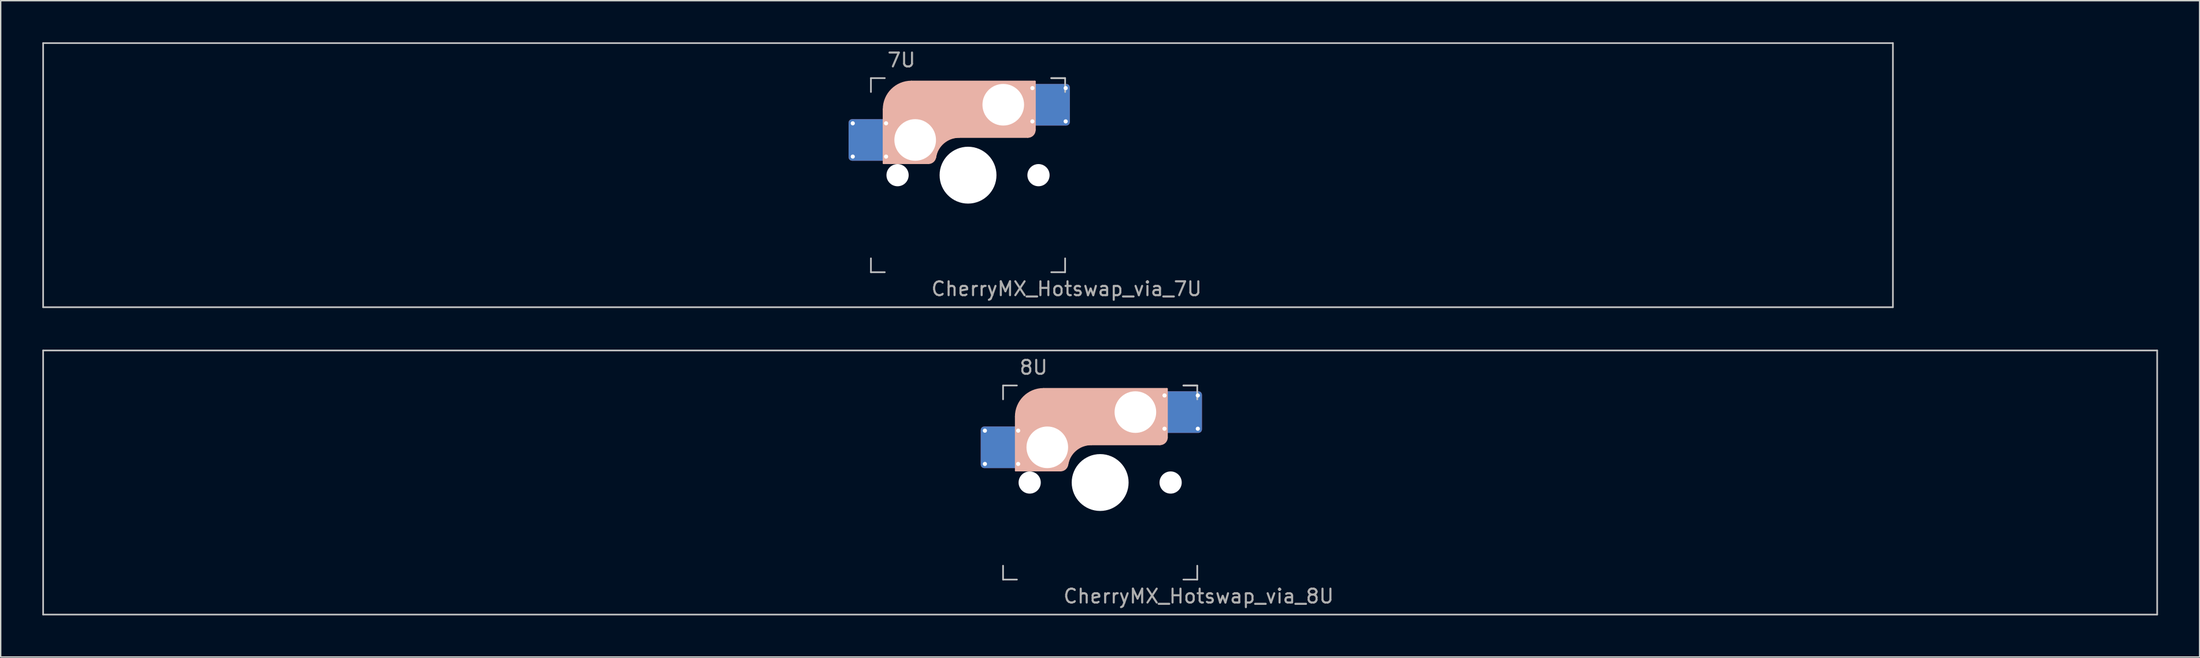
<source format=kicad_pcb>
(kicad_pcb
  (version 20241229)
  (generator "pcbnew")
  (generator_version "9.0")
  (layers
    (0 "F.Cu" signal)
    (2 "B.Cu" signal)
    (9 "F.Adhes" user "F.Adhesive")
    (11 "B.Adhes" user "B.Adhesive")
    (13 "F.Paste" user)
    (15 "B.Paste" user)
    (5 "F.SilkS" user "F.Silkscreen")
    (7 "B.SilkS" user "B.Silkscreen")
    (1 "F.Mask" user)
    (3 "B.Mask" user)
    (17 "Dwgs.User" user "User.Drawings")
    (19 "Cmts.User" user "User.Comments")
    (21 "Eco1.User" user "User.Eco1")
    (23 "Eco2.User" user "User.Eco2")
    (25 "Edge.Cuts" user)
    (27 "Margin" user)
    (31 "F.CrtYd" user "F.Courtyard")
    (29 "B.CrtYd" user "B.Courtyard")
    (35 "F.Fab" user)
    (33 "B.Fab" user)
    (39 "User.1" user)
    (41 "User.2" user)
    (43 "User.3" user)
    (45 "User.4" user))
  (footprint "CherryMX_Hotswap_via_8U"
    (layer "F.Cu")
    (at 76.26 31.755)
    (property "Reference" "CherryMX_Hotswap_via_8U" (at 7.1 8.2 0) (layer "F.Fab") (effects (font (size 1 1) (thickness 0.15))))
    (attr through_hole)
    (fp_line (start -8.11 -1.74) (end -8.11 -3.34) (stroke (width 0.12) (type solid)) (layer "B.Mask"))
    (fp_line (start -7.91 -3.54) (end -6.31 -3.54) (stroke (width 0.12) (type solid)) (layer "B.Mask"))
    (fp_line (start -6.31 -1.54) (end -7.91 -1.54) (stroke (width 0.12) (type solid)) (layer "B.Mask"))
    (fp_line (start -6.11 -3.34) (end -6.11 -1.74) (stroke (width 0.12) (type solid)) (layer "B.Mask"))
    (fp_line (start 4.84 -5.88) (end 4.84 -4.28) (stroke (width 0.12) (type solid)) (layer "B.Mask"))
    (fp_line (start 5.04 -6.08) (end 6.64 -6.08) (stroke (width 0.12) (type solid)) (layer "B.Mask"))
    (fp_line (start 5.04 -4.08) (end 6.64 -4.08) (stroke (width 0.12) (type solid)) (layer "B.Mask"))
    (fp_line (start 6.84 -4.28) (end 6.84 -5.88) (stroke (width 0.12) (type solid)) (layer "B.Mask"))
    (fp_arc (start -8.11 -3.34) (mid -8.051421 -3.481421) (end -7.91 -3.54) (stroke (width 0.12) (type solid)) (layer "B.Mask"))
    (fp_arc (start -7.91 -1.54) (mid -8.051421 -1.598579) (end -8.11 -1.74) (stroke (width 0.12) (type solid)) (layer "B.Mask"))
    (fp_arc (start -6.31 -3.54) (mid -6.168579 -3.481421) (end -6.11 -3.34) (stroke (width 0.12) (type solid)) (layer "B.Mask"))
    (fp_arc (start -6.11 -1.74) (mid -6.168579 -1.598579) (end -6.31 -1.54) (stroke (width 0.12) (type solid)) (layer "B.Mask"))
    (fp_arc (start 4.84 -5.88) (mid 4.898579 -6.021421) (end 5.04 -6.08) (stroke (width 0.12) (type solid)) (layer "B.Mask"))
    (fp_arc (start 5.04 -4.08) (mid 4.898579 -4.138579) (end 4.84 -4.28) (stroke (width 0.12) (type solid)) (layer "B.Mask"))
    (fp_arc (start 6.64 -6.08) (mid 6.781421 -6.021421) (end 6.84 -5.88) (stroke (width 0.12) (type solid)) (layer "B.Mask"))
    (fp_arc (start 6.84 -4.28) (mid 6.781421 -4.138579) (end 6.64 -4.08) (stroke (width 0.12) (type solid)) (layer "B.Mask"))
    (fp_poly (pts (xy -6.11 -3.34) (xy -6.11 -1.74) (xy -6.31 -1.54) (xy -7.91 -1.54) (xy -8.11 -1.74) (xy -8.11 -3.34) (xy -7.91 -3.54) (xy -6.31 -3.54)) (stroke (width 0.1) (type solid)) (fill yes) (layer "B.Mask"))
    (fp_poly (pts (xy 6.84 -5.88) (xy 6.84 -4.28) (xy 6.64 -4.08) (xy 5.04 -4.08) (xy 4.84 -4.28) (xy 4.84 -5.88) (xy 5.04 -6.08) (xy 6.64 -6.08)) (stroke (width 0.1) (type solid)) (fill yes) (layer "B.Mask"))
    (fp_line (start -6.085 -0.865) (end -6.085 -4.755) (stroke (width 0.12) (type solid)) (layer "B.SilkS"))
    (fp_line (start -4.085 -6.755) (end 4.815 -6.755) (stroke (width 0.12) (type solid)) (layer "B.SilkS"))
    (fp_line (start -2.852 -0.865) (end -6.085 -0.865) (stroke (width 0.12) (type solid)) (layer "B.SilkS"))
    (fp_line (start -0.635 -2.755) (end 4.315 -2.755) (stroke (width 0.12) (type solid)) (layer "B.SilkS"))
    (fp_line (start 4.815 -6.755) (end 4.815 -3.255) (stroke (width 0.12) (type solid)) (layer "B.SilkS"))
    (fp_arc (start -6.085 -4.755) (mid -5.499214 -6.169214) (end -4.085 -6.755) (stroke (width 0.12) (type solid)) (layer "B.SilkS"))
    (fp_arc (start -2.360959 -1.278326) (mid -1.770727 -2.335454) (end -0.635 -2.755) (stroke (width 0.12) (type solid)) (layer "B.SilkS"))
    (fp_arc (start -2.36 -1.278176) (mid -2.53101 -0.981978) (end -2.852404 -0.865) (stroke (width 0.12) (type solid)) (layer "B.SilkS"))
    (fp_arc (start 4.815 -3.255) (mid 4.668553 -2.901447) (end 4.315 -2.755) (stroke (width 0.12) (type solid)) (layer "B.SilkS"))
    (fp_poly (pts (xy 4.815 -3.255) (xy 4.633 -2.937) (xy 4.315 -2.755) (xy -0.635 -2.755) (xy -1.259 -2.696) (xy -1.805 -2.376) (xy -2.207 -1.885) (xy -2.361 -1.278) (xy -2.563 -1.02) (xy -2.852 -0.865) (xy -6.085 -0.865) (xy -6.085 -4.755) (xy -5.887 -5.501) (xy -5.464 -6.134) (xy -4.831 -6.557) (xy -4.085 -6.755) (xy 4.815 -6.755)) (stroke (width 0.1) (type solid)) (fill yes) (layer "B.SilkS"))
    (fp_line (start -8.11 -1.74) (end -8.11 -3.34) (stroke (width 0.12) (type solid)) (layer "B.Paste"))
    (fp_line (start -7.91 -3.54) (end -6.31 -3.54) (stroke (width 0.12) (type solid)) (layer "B.Paste"))
    (fp_line (start -6.31 -1.54) (end -7.91 -1.54) (stroke (width 0.12) (type solid)) (layer "B.Paste"))
    (fp_line (start -6.11 -3.34) (end -6.11 -1.74) (stroke (width 0.12) (type solid)) (layer "B.Paste"))
    (fp_line (start 4.84 -5.88) (end 4.84 -4.28) (stroke (width 0.12) (type solid)) (layer "B.Paste"))
    (fp_line (start 5.04 -6.08) (end 6.64 -6.08) (stroke (width 0.12) (type solid)) (layer "B.Paste"))
    (fp_line (start 5.04 -4.08) (end 6.64 -4.08) (stroke (width 0.12) (type solid)) (layer "B.Paste"))
    (fp_line (start 6.84 -4.28) (end 6.84 -5.88) (stroke (width 0.12) (type solid)) (layer "B.Paste"))
    (fp_arc (start -8.11 -3.34) (mid -8.051421 -3.481421) (end -7.91 -3.54) (stroke (width 0.12) (type solid)) (layer "B.Paste"))
    (fp_arc (start -7.91 -1.54) (mid -8.051421 -1.598579) (end -8.11 -1.74) (stroke (width 0.12) (type solid)) (layer "B.Paste"))
    (fp_arc (start -6.31 -3.54) (mid -6.168579 -3.481421) (end -6.11 -3.34) (stroke (width 0.12) (type solid)) (layer "B.Paste"))
    (fp_arc (start -6.11 -1.74) (mid -6.168579 -1.598579) (end -6.31 -1.54) (stroke (width 0.12) (type solid)) (layer "B.Paste"))
    (fp_arc (start 4.84 -5.88) (mid 4.898579 -6.021421) (end 5.04 -6.08) (stroke (width 0.12) (type solid)) (layer "B.Paste"))
    (fp_arc (start 5.04 -4.08) (mid 4.898579 -4.138579) (end 4.84 -4.28) (stroke (width 0.12) (type solid)) (layer "B.Paste"))
    (fp_arc (start 6.64 -6.08) (mid 6.781421 -6.021421) (end 6.84 -5.88) (stroke (width 0.12) (type solid)) (layer "B.Paste"))
    (fp_arc (start 6.84 -4.28) (mid 6.781421 -4.138579) (end 6.64 -4.08) (stroke (width 0.12) (type solid)) (layer "B.Paste"))
    (fp_poly (pts (xy -6.11 -3.34) (xy -6.11 -1.74) (xy -6.31 -1.54) (xy -7.91 -1.54) (xy -8.11 -1.74) (xy -8.11 -3.34) (xy -7.91 -3.54) (xy -6.31 -3.54)) (stroke (width 0.1) (type solid)) (fill yes) (layer "B.Paste"))
    (fp_poly (pts (xy 6.84 -5.88) (xy 6.84 -4.28) (xy 6.64 -4.08) (xy 5.04 -4.08) (xy 4.84 -4.28) (xy 4.84 -5.88) (xy 5.04 -6.08) (xy 6.64 -6.08)) (stroke (width 0.1) (type solid)) (fill yes) (layer "B.Paste"))
    (fp_line (start -76.2 -9.525) (end 76.2 -9.525) (stroke (width 0.12) (type solid)) (layer "Dwgs.User"))
    (fp_line (start -76.2 9.525) (end -76.2 -9.525) (stroke (width 0.12) (type solid)) (layer "Dwgs.User"))
    (fp_line (start -7 -7) (end -7 -6) (stroke (width 0.12) (type solid)) (layer "Dwgs.User"))
    (fp_line (start -7 -7) (end -6 -7) (stroke (width 0.12) (type solid)) (layer "Dwgs.User"))
    (fp_line (start -7 7) (end -7 6) (stroke (width 0.12) (type solid)) (layer "Dwgs.User"))
    (fp_line (start -7 7) (end -6 7) (stroke (width 0.12) (type solid)) (layer "Dwgs.User"))
    (fp_line (start 6 -7) (end 7 -7) (stroke (width 0.12) (type solid)) (layer "Dwgs.User"))
    (fp_line (start 7 -7) (end 6 -7) (stroke (width 0.12) (type solid)) (layer "Dwgs.User"))
    (fp_line (start 7 -7) (end 7 -6) (stroke (width 0.12) (type solid)) (layer "Dwgs.User"))
    (fp_line (start 7 7) (end 6 7) (stroke (width 0.12) (type solid)) (layer "Dwgs.User"))
    (fp_line (start 7 7) (end 7 6) (stroke (width 0.12) (type solid)) (layer "Dwgs.User"))
    (fp_line (start 76.2 -9.525) (end 76.2 9.525) (stroke (width 0.12) (type solid)) (layer "Dwgs.User"))
    (fp_line (start 76.2 9.525) (end -76.2 9.525) (stroke (width 0.12) (type solid)) (layer "Dwgs.User"))
    (fp_text user "8U" (at -4.8 -8.3 0) (layer "F.Fab") (effects (font (size 1 1) (thickness 0.15))))
    (pad "" np_thru_hole circle (at -5.08 0) (size 1.6 1.6) (drill 1.6) (layers "*.Cu" "*.Mask"))
    (pad "" np_thru_hole circle (at -3.81 -2.54) (size 3 3) (drill 3) (layers "*.Cu" "*.Mask"))
    (pad "" np_thru_hole circle (at 0 0) (size 4.1 4.1) (drill 4.1) (layers "*.Cu" "*.Mask"))
    (pad "" np_thru_hole circle (at 2.54 -5.08) (size 3 3) (drill 3) (layers "*.Cu" "*.Mask"))
    (pad "" np_thru_hole circle (at 5.08 0) (size 1.6 1.6) (drill 1.6) (layers "*.Cu" "*.Mask"))
    (pad "1" thru_hole circle (at -8.31 -3.74) (size 0.5 0.5) (drill 0.3) (layers "*.Cu"))
    (pad "1" thru_hole circle (at -8.31 -1.34) (size 0.5 0.5) (drill 0.3) (layers "*.Cu"))
    (pad "1" smd roundrect (at -7.11 -2.54) (size 3 3) (layers "F.Cu") (roundrect_rratio 0.083))
    (pad "1" smd roundrect (at -7.11 -2.54 180) (size 3 3) (layers "B.Cu") (roundrect_rratio 0.083))
    (pad "1" thru_hole circle (at -5.91 -3.74) (size 0.5 0.5) (drill 0.3) (layers "*.Cu"))
    (pad "1" thru_hole circle (at -5.91 -1.34) (size 0.5 0.5) (drill 0.3) (layers "*.Cu"))
    (pad "2" thru_hole circle (at 4.64 -6.28 180) (size 0.5 0.5) (drill 0.3) (layers "*.Cu"))
    (pad "2" thru_hole circle (at 4.64 -3.88 180) (size 0.5 0.5) (drill 0.3) (layers "*.Cu"))
    (pad "2" smd roundrect (at 5.84 -5.08 180) (size 3 3) (layers "F.Cu") (roundrect_rratio 0.083))
    (pad "2" smd roundrect (at 5.84 -5.08 180) (size 3 3) (layers "B.Cu") (roundrect_rratio 0.083))
    (pad "2" thru_hole circle (at 7.04 -6.28 180) (size 0.5 0.5) (drill 0.3) (layers "*.Cu"))
    (pad "2" thru_hole circle (at 7.04 -3.88 180) (size 0.5 0.5) (drill 0.3) (layers "*.Cu")))
  (footprint "CherryMX_Hotswap_via_7U"
    (layer "F.Cu")
    (at 66.735 9.585)
    (property "Reference" "CherryMX_Hotswap_via_7U" (at 7.1 8.2 0) (layer "F.Fab") (effects (font (size 1 1) (thickness 0.15))))
    (attr through_hole)
    (fp_line (start -8.11 -1.74) (end -8.11 -3.34) (stroke (width 0.12) (type solid)) (layer "B.Mask"))
    (fp_line (start -7.91 -3.54) (end -6.31 -3.54) (stroke (width 0.12) (type solid)) (layer "B.Mask"))
    (fp_line (start -6.31 -1.54) (end -7.91 -1.54) (stroke (width 0.12) (type solid)) (layer "B.Mask"))
    (fp_line (start -6.11 -3.34) (end -6.11 -1.74) (stroke (width 0.12) (type solid)) (layer "B.Mask"))
    (fp_line (start 4.84 -5.88) (end 4.84 -4.28) (stroke (width 0.12) (type solid)) (layer "B.Mask"))
    (fp_line (start 5.04 -6.08) (end 6.64 -6.08) (stroke (width 0.12) (type solid)) (layer "B.Mask"))
    (fp_line (start 5.04 -4.08) (end 6.64 -4.08) (stroke (width 0.12) (type solid)) (layer "B.Mask"))
    (fp_line (start 6.84 -4.28) (end 6.84 -5.88) (stroke (width 0.12) (type solid)) (layer "B.Mask"))
    (fp_arc (start -8.11 -3.34) (mid -8.051421 -3.481421) (end -7.91 -3.54) (stroke (width 0.12) (type solid)) (layer "B.Mask"))
    (fp_arc (start -7.91 -1.54) (mid -8.051421 -1.598579) (end -8.11 -1.74) (stroke (width 0.12) (type solid)) (layer "B.Mask"))
    (fp_arc (start -6.31 -3.54) (mid -6.168579 -3.481421) (end -6.11 -3.34) (stroke (width 0.12) (type solid)) (layer "B.Mask"))
    (fp_arc (start -6.11 -1.74) (mid -6.168579 -1.598579) (end -6.31 -1.54) (stroke (width 0.12) (type solid)) (layer "B.Mask"))
    (fp_arc (start 4.84 -5.88) (mid 4.898579 -6.021421) (end 5.04 -6.08) (stroke (width 0.12) (type solid)) (layer "B.Mask"))
    (fp_arc (start 5.04 -4.08) (mid 4.898579 -4.138579) (end 4.84 -4.28) (stroke (width 0.12) (type solid)) (layer "B.Mask"))
    (fp_arc (start 6.64 -6.08) (mid 6.781421 -6.021421) (end 6.84 -5.88) (stroke (width 0.12) (type solid)) (layer "B.Mask"))
    (fp_arc (start 6.84 -4.28) (mid 6.781421 -4.138579) (end 6.64 -4.08) (stroke (width 0.12) (type solid)) (layer "B.Mask"))
    (fp_poly (pts (xy -6.11 -3.34) (xy -6.11 -1.74) (xy -6.31 -1.54) (xy -7.91 -1.54) (xy -8.11 -1.74) (xy -8.11 -3.34) (xy -7.91 -3.54) (xy -6.31 -3.54)) (stroke (width 0.1) (type solid)) (fill yes) (layer "B.Mask"))
    (fp_poly (pts (xy 6.84 -5.88) (xy 6.84 -4.28) (xy 6.64 -4.08) (xy 5.04 -4.08) (xy 4.84 -4.28) (xy 4.84 -5.88) (xy 5.04 -6.08) (xy 6.64 -6.08)) (stroke (width 0.1) (type solid)) (fill yes) (layer "B.Mask"))
    (fp_line (start -6.085 -0.865) (end -6.085 -4.755) (stroke (width 0.12) (type solid)) (layer "B.SilkS"))
    (fp_line (start -4.085 -6.755) (end 4.815 -6.755) (stroke (width 0.12) (type solid)) (layer "B.SilkS"))
    (fp_line (start -2.852 -0.865) (end -6.085 -0.865) (stroke (width 0.12) (type solid)) (layer "B.SilkS"))
    (fp_line (start -0.635 -2.755) (end 4.315 -2.755) (stroke (width 0.12) (type solid)) (layer "B.SilkS"))
    (fp_line (start 4.815 -6.755) (end 4.815 -3.255) (stroke (width 0.12) (type solid)) (layer "B.SilkS"))
    (fp_arc (start -6.085 -4.755) (mid -5.499214 -6.169214) (end -4.085 -6.755) (stroke (width 0.12) (type solid)) (layer "B.SilkS"))
    (fp_arc (start -2.360959 -1.278326) (mid -1.770727 -2.335454) (end -0.635 -2.755) (stroke (width 0.12) (type solid)) (layer "B.SilkS"))
    (fp_arc (start -2.36 -1.278176) (mid -2.53101 -0.981978) (end -2.852404 -0.865) (stroke (width 0.12) (type solid)) (layer "B.SilkS"))
    (fp_arc (start 4.815 -3.255) (mid 4.668553 -2.901447) (end 4.315 -2.755) (stroke (width 0.12) (type solid)) (layer "B.SilkS"))
    (fp_poly (pts (xy 4.815 -3.255) (xy 4.633 -2.937) (xy 4.315 -2.755) (xy -0.635 -2.755) (xy -1.259 -2.696) (xy -1.805 -2.376) (xy -2.207 -1.885) (xy -2.361 -1.278) (xy -2.563 -1.02) (xy -2.852 -0.865) (xy -6.085 -0.865) (xy -6.085 -4.755) (xy -5.887 -5.501) (xy -5.464 -6.134) (xy -4.831 -6.557) (xy -4.085 -6.755) (xy 4.815 -6.755)) (stroke (width 0.1) (type solid)) (fill yes) (layer "B.SilkS"))
    (fp_line (start -8.11 -1.74) (end -8.11 -3.34) (stroke (width 0.12) (type solid)) (layer "B.Paste"))
    (fp_line (start -7.91 -3.54) (end -6.31 -3.54) (stroke (width 0.12) (type solid)) (layer "B.Paste"))
    (fp_line (start -6.31 -1.54) (end -7.91 -1.54) (stroke (width 0.12) (type solid)) (layer "B.Paste"))
    (fp_line (start -6.11 -3.34) (end -6.11 -1.74) (stroke (width 0.12) (type solid)) (layer "B.Paste"))
    (fp_line (start 4.84 -5.88) (end 4.84 -4.28) (stroke (width 0.12) (type solid)) (layer "B.Paste"))
    (fp_line (start 5.04 -6.08) (end 6.64 -6.08) (stroke (width 0.12) (type solid)) (layer "B.Paste"))
    (fp_line (start 5.04 -4.08) (end 6.64 -4.08) (stroke (width 0.12) (type solid)) (layer "B.Paste"))
    (fp_line (start 6.84 -4.28) (end 6.84 -5.88) (stroke (width 0.12) (type solid)) (layer "B.Paste"))
    (fp_arc (start -8.11 -3.34) (mid -8.051421 -3.481421) (end -7.91 -3.54) (stroke (width 0.12) (type solid)) (layer "B.Paste"))
    (fp_arc (start -7.91 -1.54) (mid -8.051421 -1.598579) (end -8.11 -1.74) (stroke (width 0.12) (type solid)) (layer "B.Paste"))
    (fp_arc (start -6.31 -3.54) (mid -6.168579 -3.481421) (end -6.11 -3.34) (stroke (width 0.12) (type solid)) (layer "B.Paste"))
    (fp_arc (start -6.11 -1.74) (mid -6.168579 -1.598579) (end -6.31 -1.54) (stroke (width 0.12) (type solid)) (layer "B.Paste"))
    (fp_arc (start 4.84 -5.88) (mid 4.898579 -6.021421) (end 5.04 -6.08) (stroke (width 0.12) (type solid)) (layer "B.Paste"))
    (fp_arc (start 5.04 -4.08) (mid 4.898579 -4.138579) (end 4.84 -4.28) (stroke (width 0.12) (type solid)) (layer "B.Paste"))
    (fp_arc (start 6.64 -6.08) (mid 6.781421 -6.021421) (end 6.84 -5.88) (stroke (width 0.12) (type solid)) (layer "B.Paste"))
    (fp_arc (start 6.84 -4.28) (mid 6.781421 -4.138579) (end 6.64 -4.08) (stroke (width 0.12) (type solid)) (layer "B.Paste"))
    (fp_poly (pts (xy -6.11 -3.34) (xy -6.11 -1.74) (xy -6.31 -1.54) (xy -7.91 -1.54) (xy -8.11 -1.74) (xy -8.11 -3.34) (xy -7.91 -3.54) (xy -6.31 -3.54)) (stroke (width 0.1) (type solid)) (fill yes) (layer "B.Paste"))
    (fp_poly (pts (xy 6.84 -5.88) (xy 6.84 -4.28) (xy 6.64 -4.08) (xy 5.04 -4.08) (xy 4.84 -4.28) (xy 4.84 -5.88) (xy 5.04 -6.08) (xy 6.64 -6.08)) (stroke (width 0.1) (type solid)) (fill yes) (layer "B.Paste"))
    (fp_line (start -66.675 -9.525) (end 66.675 -9.525) (stroke (width 0.12) (type solid)) (layer "Dwgs.User"))
    (fp_line (start -66.675 9.525) (end -66.675 -9.525) (stroke (width 0.12) (type solid)) (layer "Dwgs.User"))
    (fp_line (start -7 -7) (end -7 -6) (stroke (width 0.12) (type solid)) (layer "Dwgs.User"))
    (fp_line (start -7 -7) (end -6 -7) (stroke (width 0.12) (type solid)) (layer "Dwgs.User"))
    (fp_line (start -7 7) (end -7 6) (stroke (width 0.12) (type solid)) (layer "Dwgs.User"))
    (fp_line (start -7 7) (end -6 7) (stroke (width 0.12) (type solid)) (layer "Dwgs.User"))
    (fp_line (start 6 -7) (end 7 -7) (stroke (width 0.12) (type solid)) (layer "Dwgs.User"))
    (fp_line (start 7 -7) (end 6 -7) (stroke (width 0.12) (type solid)) (layer "Dwgs.User"))
    (fp_line (start 7 -7) (end 7 -6) (stroke (width 0.12) (type solid)) (layer "Dwgs.User"))
    (fp_line (start 7 7) (end 6 7) (stroke (width 0.12) (type solid)) (layer "Dwgs.User"))
    (fp_line (start 7 7) (end 7 6) (stroke (width 0.12) (type solid)) (layer "Dwgs.User"))
    (fp_line (start 66.675 -9.525) (end 66.675 9.525) (stroke (width 0.12) (type solid)) (layer "Dwgs.User"))
    (fp_line (start 66.675 9.525) (end -66.675 9.525) (stroke (width 0.12) (type solid)) (layer "Dwgs.User"))
    (fp_text user "7U" (at -4.8 -8.3 0) (layer "F.Fab") (effects (font (size 1 1) (thickness 0.15))))
    (pad "" np_thru_hole circle (at -5.08 0) (size 1.6 1.6) (drill 1.6) (layers "*.Cu" "*.Mask"))
    (pad "" np_thru_hole circle (at -3.81 -2.54) (size 3 3) (drill 3) (layers "*.Cu" "*.Mask"))
    (pad "" np_thru_hole circle (at 0 0) (size 4.1 4.1) (drill 4.1) (layers "*.Cu" "*.Mask"))
    (pad "" np_thru_hole circle (at 2.54 -5.08) (size 3 3) (drill 3) (layers "*.Cu" "*.Mask"))
    (pad "" np_thru_hole circle (at 5.08 0) (size 1.6 1.6) (drill 1.6) (layers "*.Cu" "*.Mask"))
    (pad "1" thru_hole circle (at -8.31 -3.74) (size 0.5 0.5) (drill 0.3) (layers "*.Cu"))
    (pad "1" thru_hole circle (at -8.31 -1.34) (size 0.5 0.5) (drill 0.3) (layers "*.Cu"))
    (pad "1" smd roundrect (at -7.11 -2.54) (size 3 3) (layers "F.Cu") (roundrect_rratio 0.083))
    (pad "1" smd roundrect (at -7.11 -2.54 180) (size 3 3) (layers "B.Cu") (roundrect_rratio 0.083))
    (pad "1" thru_hole circle (at -5.91 -3.74) (size 0.5 0.5) (drill 0.3) (layers "*.Cu"))
    (pad "1" thru_hole circle (at -5.91 -1.34) (size 0.5 0.5) (drill 0.3) (layers "*.Cu"))
    (pad "2" thru_hole circle (at 4.64 -6.28 180) (size 0.5 0.5) (drill 0.3) (layers "*.Cu"))
    (pad "2" thru_hole circle (at 4.64 -3.88 180) (size 0.5 0.5) (drill 0.3) (layers "*.Cu"))
    (pad "2" smd roundrect (at 5.84 -5.08 180) (size 3 3) (layers "F.Cu") (roundrect_rratio 0.083))
    (pad "2" smd roundrect (at 5.84 -5.08 180) (size 3 3) (layers "B.Cu") (roundrect_rratio 0.083))
    (pad "2" thru_hole circle (at 7.04 -6.28 180) (size 0.5 0.5) (drill 0.3) (layers "*.Cu"))
    (pad "2" thru_hole circle (at 7.04 -3.88 180) (size 0.5 0.5) (drill 0.3) (layers "*.Cu")))
  (gr_rect
    (start -3 -3)
    (end 155.52 44.34)
    (stroke (width 0.1) (type default))
    (fill no)
    (layer "Edge.Cuts")))
</source>
